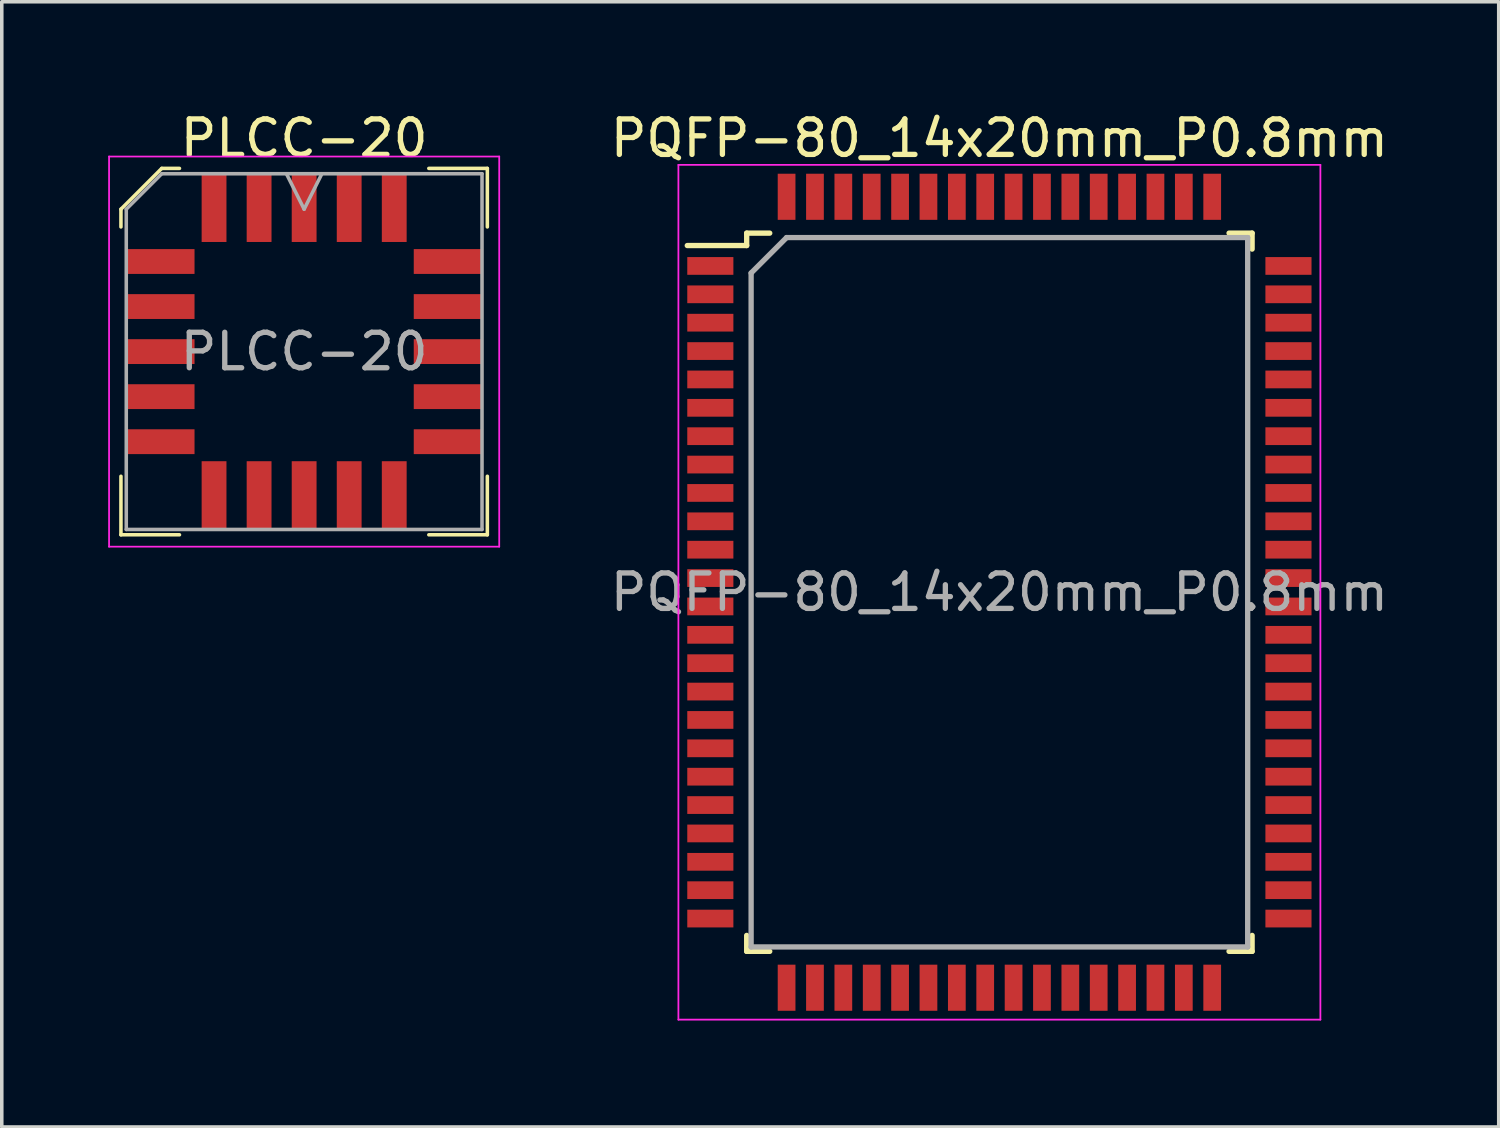
<source format=kicad_pcb>
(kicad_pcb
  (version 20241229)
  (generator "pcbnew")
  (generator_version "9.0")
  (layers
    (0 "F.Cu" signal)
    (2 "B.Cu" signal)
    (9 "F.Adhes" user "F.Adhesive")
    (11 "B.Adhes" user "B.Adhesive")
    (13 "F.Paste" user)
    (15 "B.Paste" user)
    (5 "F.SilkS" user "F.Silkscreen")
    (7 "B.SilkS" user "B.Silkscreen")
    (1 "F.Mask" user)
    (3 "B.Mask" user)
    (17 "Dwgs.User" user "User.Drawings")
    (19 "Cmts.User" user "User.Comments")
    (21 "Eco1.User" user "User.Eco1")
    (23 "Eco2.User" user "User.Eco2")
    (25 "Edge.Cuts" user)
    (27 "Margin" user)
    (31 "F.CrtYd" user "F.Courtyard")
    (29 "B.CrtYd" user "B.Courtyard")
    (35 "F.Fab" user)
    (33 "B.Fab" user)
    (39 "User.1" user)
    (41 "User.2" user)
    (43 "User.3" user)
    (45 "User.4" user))
  (footprint "PLCC-20"
    (layer "F.Cu")
    (at 5.525 6.863)
    (property "Reference" "PLCC-20" (at 0 -6.015 0) (layer "F.SilkS") (effects (font (size 1 1) (thickness 0.15))))
    (attr smd)
    (fp_line (start -5.165 -4.015) (end -5.165 -3.515) (stroke (width 0.1) (type solid)) (layer "F.SilkS"))
    (fp_line (start -5.165 5.165) (end -5.165 3.515) (stroke (width 0.1) (type solid)) (layer "F.SilkS"))
    (fp_line (start -4.015 -5.165) (end -5.165 -4.015) (stroke (width 0.1) (type solid)) (layer "F.SilkS"))
    (fp_line (start -3.515 -5.165) (end -4.015 -5.165) (stroke (width 0.1) (type solid)) (layer "F.SilkS"))
    (fp_line (start -3.515 5.165) (end -5.165 5.165) (stroke (width 0.1) (type solid)) (layer "F.SilkS"))
    (fp_line (start 3.515 -5.165) (end 5.165 -5.165) (stroke (width 0.1) (type solid)) (layer "F.SilkS"))
    (fp_line (start 3.515 5.165) (end 5.165 5.165) (stroke (width 0.1) (type solid)) (layer "F.SilkS"))
    (fp_line (start 5.165 -5.165) (end 5.165 -3.515) (stroke (width 0.1) (type solid)) (layer "F.SilkS"))
    (fp_line (start 5.165 5.165) (end 5.165 3.515) (stroke (width 0.1) (type solid)) (layer "F.SilkS"))
    (fp_line (start -5.5 -5.5) (end -5.5 5.5) (stroke (width 0.05) (type solid)) (layer "F.CrtYd"))
    (fp_line (start -5.5 5.5) (end 5.5 5.5) (stroke (width 0.05) (type solid)) (layer "F.CrtYd"))
    (fp_line (start 5.5 -5.5) (end -5.5 -5.5) (stroke (width 0.05) (type solid)) (layer "F.CrtYd"))
    (fp_line (start 5.5 5.5) (end 5.5 -5.5) (stroke (width 0.05) (type solid)) (layer "F.CrtYd"))
    (fp_line (start -5.015 -4.015) (end -5.015 5.015) (stroke (width 0.1) (type solid)) (layer "F.Fab"))
    (fp_line (start -5.015 5.015) (end 5.015 5.015) (stroke (width 0.1) (type solid)) (layer "F.Fab"))
    (fp_line (start -4.015 -5.015) (end -5.015 -4.015) (stroke (width 0.1) (type solid)) (layer "F.Fab"))
    (fp_line (start -0.5 -5.015) (end 0 -4.015) (stroke (width 0.1) (type solid)) (layer "F.Fab"))
    (fp_line (start 0 -4.015) (end 0.5 -5.015) (stroke (width 0.1) (type solid)) (layer "F.Fab"))
    (fp_line (start 5.015 -5.015) (end -4.015 -5.015) (stroke (width 0.1) (type solid)) (layer "F.Fab"))
    (fp_line (start 5.015 5.015) (end 5.015 -5.015) (stroke (width 0.1) (type solid)) (layer "F.Fab"))
    (fp_text user "${REFERENCE}" (at 0 0 0) (layer "F.Fab") (effects (font (size 1 1) (thickness 0.15))))
    (pad "1" smd rect (at 0 -4.053) (size 0.7 1.925) (layers "F.Cu" "F.Mask" "F.Paste"))
    (pad "2" smd rect (at -1.27 -4.053) (size 0.7 1.925) (layers "F.Cu" "F.Mask" "F.Paste"))
    (pad "3" smd rect (at -2.54 -4.053) (size 0.7 1.925) (layers "F.Cu" "F.Mask" "F.Paste"))
    (pad "4" smd rect (at -4.053 -2.54) (size 1.925 0.7) (layers "F.Cu" "F.Mask" "F.Paste"))
    (pad "5" smd rect (at -4.053 -1.27) (size 1.925 0.7) (layers "F.Cu" "F.Mask" "F.Paste"))
    (pad "6" smd rect (at -4.053 0) (size 1.925 0.7) (layers "F.Cu" "F.Mask" "F.Paste"))
    (pad "7" smd rect (at -4.053 1.27) (size 1.925 0.7) (layers "F.Cu" "F.Mask" "F.Paste"))
    (pad "8" smd rect (at -4.053 2.54) (size 1.925 0.7) (layers "F.Cu" "F.Mask" "F.Paste"))
    (pad "9" smd rect (at -2.54 4.053) (size 0.7 1.925) (layers "F.Cu" "F.Mask" "F.Paste"))
    (pad "10" smd rect (at -1.27 4.053) (size 0.7 1.925) (layers "F.Cu" "F.Mask" "F.Paste"))
    (pad "11" smd rect (at 0 4.053) (size 0.7 1.925) (layers "F.Cu" "F.Mask" "F.Paste"))
    (pad "12" smd rect (at 1.27 4.053) (size 0.7 1.925) (layers "F.Cu" "F.Mask" "F.Paste"))
    (pad "13" smd rect (at 2.54 4.053) (size 0.7 1.925) (layers "F.Cu" "F.Mask" "F.Paste"))
    (pad "14" smd rect (at 4.053 2.54) (size 1.925 0.7) (layers "F.Cu" "F.Mask" "F.Paste"))
    (pad "15" smd rect (at 4.053 1.27) (size 1.925 0.7) (layers "F.Cu" "F.Mask" "F.Paste"))
    (pad "16" smd rect (at 4.053 0) (size 1.925 0.7) (layers "F.Cu" "F.Mask" "F.Paste"))
    (pad "17" smd rect (at 4.053 -1.27) (size 1.925 0.7) (layers "F.Cu" "F.Mask" "F.Paste"))
    (pad "18" smd rect (at 4.053 -2.54) (size 1.925 0.7) (layers "F.Cu" "F.Mask" "F.Paste"))
    (pad "19" smd rect (at 2.54 -4.053) (size 0.7 1.925) (layers "F.Cu" "F.Mask" "F.Paste"))
    (pad "20" smd rect (at 1.27 -4.053) (size 0.7 1.925) (layers "F.Cu" "F.Mask" "F.Paste")))
  (footprint "PQFP-80_14x20mm_P0.8mm"
    (layer "F.Cu")
    (at 25.127 13.648)
    (property "Reference" "PQFP-80_14x20mm_P0.8mm" (at 0 -12.8 0) (layer "F.SilkS") (effects (font (size 1 1) (thickness 0.15))))
    (attr smd)
    (fp_line (start -7.125 -10.125) (end -7.125 -9.775) (stroke (width 0.15) (type solid)) (layer "F.SilkS"))
    (fp_line (start -7.125 -10.125) (end -6.475 -10.125) (stroke (width 0.15) (type solid)) (layer "F.SilkS"))
    (fp_line (start -7.125 -9.775) (end -8.8 -9.775) (stroke (width 0.15) (type solid)) (layer "F.SilkS"))
    (fp_line (start -7.125 10.125) (end -7.125 9.675) (stroke (width 0.15) (type solid)) (layer "F.SilkS"))
    (fp_line (start -7.125 10.125) (end -6.475 10.125) (stroke (width 0.15) (type solid)) (layer "F.SilkS"))
    (fp_line (start 7.125 -10.125) (end 6.475 -10.125) (stroke (width 0.15) (type solid)) (layer "F.SilkS"))
    (fp_line (start 7.125 -10.125) (end 7.125 -9.675) (stroke (width 0.15) (type solid)) (layer "F.SilkS"))
    (fp_line (start 7.125 10.125) (end 6.475 10.125) (stroke (width 0.15) (type solid)) (layer "F.SilkS"))
    (fp_line (start 7.125 10.125) (end 7.125 9.675) (stroke (width 0.15) (type solid)) (layer "F.SilkS"))
    (fp_line (start -9.05 -12.05) (end -9.05 12.05) (stroke (width 0.05) (type solid)) (layer "F.CrtYd"))
    (fp_line (start -9.05 -12.05) (end 9.05 -12.05) (stroke (width 0.05) (type solid)) (layer "F.CrtYd"))
    (fp_line (start -9.05 12.05) (end 9.05 12.05) (stroke (width 0.05) (type solid)) (layer "F.CrtYd"))
    (fp_line (start 9.05 -12.05) (end 9.05 12.05) (stroke (width 0.05) (type solid)) (layer "F.CrtYd"))
    (fp_line (start -7 -9) (end -6 -10) (stroke (width 0.15) (type solid)) (layer "F.Fab"))
    (fp_line (start -7 10) (end -7 -9) (stroke (width 0.15) (type solid)) (layer "F.Fab"))
    (fp_line (start -6 -10) (end 7 -10) (stroke (width 0.15) (type solid)) (layer "F.Fab"))
    (fp_line (start 7 -10) (end 7 10) (stroke (width 0.15) (type solid)) (layer "F.Fab"))
    (fp_line (start 7 10) (end -7 10) (stroke (width 0.15) (type solid)) (layer "F.Fab"))
    (fp_text user "${REFERENCE}" (at 0 0 0) (layer "F.Fab") (effects (font (size 1 1) (thickness 0.15))))
    (pad "1" smd rect (at -8.15 -9.2) (size 1.3 0.5) (layers "F.Cu" "F.Mask" "F.Paste"))
    (pad "2" smd rect (at -8.15 -8.4) (size 1.3 0.5) (layers "F.Cu" "F.Mask" "F.Paste"))
    (pad "3" smd rect (at -8.15 -7.6) (size 1.3 0.5) (layers "F.Cu" "F.Mask" "F.Paste"))
    (pad "4" smd rect (at -8.15 -6.8) (size 1.3 0.5) (layers "F.Cu" "F.Mask" "F.Paste"))
    (pad "5" smd rect (at -8.15 -6) (size 1.3 0.5) (layers "F.Cu" "F.Mask" "F.Paste"))
    (pad "6" smd rect (at -8.15 -5.2) (size 1.3 0.5) (layers "F.Cu" "F.Mask" "F.Paste"))
    (pad "7" smd rect (at -8.15 -4.4) (size 1.3 0.5) (layers "F.Cu" "F.Mask" "F.Paste"))
    (pad "8" smd rect (at -8.15 -3.6) (size 1.3 0.5) (layers "F.Cu" "F.Mask" "F.Paste"))
    (pad "9" smd rect (at -8.15 -2.8) (size 1.3 0.5) (layers "F.Cu" "F.Mask" "F.Paste"))
    (pad "10" smd rect (at -8.15 -2) (size 1.3 0.5) (layers "F.Cu" "F.Mask" "F.Paste"))
    (pad "11" smd rect (at -8.15 -1.2) (size 1.3 0.5) (layers "F.Cu" "F.Mask" "F.Paste"))
    (pad "12" smd rect (at -8.15 -0.4) (size 1.3 0.5) (layers "F.Cu" "F.Mask" "F.Paste"))
    (pad "13" smd rect (at -8.15 0.4) (size 1.3 0.5) (layers "F.Cu" "F.Mask" "F.Paste"))
    (pad "14" smd rect (at -8.15 1.2) (size 1.3 0.5) (layers "F.Cu" "F.Mask" "F.Paste"))
    (pad "15" smd rect (at -8.15 2) (size 1.3 0.5) (layers "F.Cu" "F.Mask" "F.Paste"))
    (pad "16" smd rect (at -8.15 2.8) (size 1.3 0.5) (layers "F.Cu" "F.Mask" "F.Paste"))
    (pad "17" smd rect (at -8.15 3.6) (size 1.3 0.5) (layers "F.Cu" "F.Mask" "F.Paste"))
    (pad "18" smd rect (at -8.15 4.4) (size 1.3 0.5) (layers "F.Cu" "F.Mask" "F.Paste"))
    (pad "19" smd rect (at -8.15 5.2) (size 1.3 0.5) (layers "F.Cu" "F.Mask" "F.Paste"))
    (pad "20" smd rect (at -8.15 6) (size 1.3 0.5) (layers "F.Cu" "F.Mask" "F.Paste"))
    (pad "21" smd rect (at -8.15 6.8) (size 1.3 0.5) (layers "F.Cu" "F.Mask" "F.Paste"))
    (pad "22" smd rect (at -8.15 7.6) (size 1.3 0.5) (layers "F.Cu" "F.Mask" "F.Paste"))
    (pad "23" smd rect (at -8.15 8.4) (size 1.3 0.5) (layers "F.Cu" "F.Mask" "F.Paste"))
    (pad "24" smd rect (at -8.15 9.2) (size 1.3 0.5) (layers "F.Cu" "F.Mask" "F.Paste"))
    (pad "25" smd rect (at -6 11.15 90) (size 1.3 0.5) (layers "F.Cu" "F.Mask" "F.Paste"))
    (pad "26" smd rect (at -5.2 11.15 90) (size 1.3 0.5) (layers "F.Cu" "F.Mask" "F.Paste"))
    (pad "27" smd rect (at -4.4 11.15 90) (size 1.3 0.5) (layers "F.Cu" "F.Mask" "F.Paste"))
    (pad "28" smd rect (at -3.6 11.15 90) (size 1.3 0.5) (layers "F.Cu" "F.Mask" "F.Paste"))
    (pad "29" smd rect (at -2.8 11.15 90) (size 1.3 0.5) (layers "F.Cu" "F.Mask" "F.Paste"))
    (pad "30" smd rect (at -2 11.15 90) (size 1.3 0.5) (layers "F.Cu" "F.Mask" "F.Paste"))
    (pad "31" smd rect (at -1.2 11.15 90) (size 1.3 0.5) (layers "F.Cu" "F.Mask" "F.Paste"))
    (pad "32" smd rect (at -0.4 11.15 90) (size 1.3 0.5) (layers "F.Cu" "F.Mask" "F.Paste"))
    (pad "33" smd rect (at 0.4 11.15 90) (size 1.3 0.5) (layers "F.Cu" "F.Mask" "F.Paste"))
    (pad "34" smd rect (at 1.2 11.15 90) (size 1.3 0.5) (layers "F.Cu" "F.Mask" "F.Paste"))
    (pad "35" smd rect (at 2 11.15 90) (size 1.3 0.5) (layers "F.Cu" "F.Mask" "F.Paste"))
    (pad "36" smd rect (at 2.8 11.15 90) (size 1.3 0.5) (layers "F.Cu" "F.Mask" "F.Paste"))
    (pad "37" smd rect (at 3.6 11.15 90) (size 1.3 0.5) (layers "F.Cu" "F.Mask" "F.Paste"))
    (pad "38" smd rect (at 4.4 11.15 90) (size 1.3 0.5) (layers "F.Cu" "F.Mask" "F.Paste"))
    (pad "39" smd rect (at 5.2 11.15 90) (size 1.3 0.5) (layers "F.Cu" "F.Mask" "F.Paste"))
    (pad "40" smd rect (at 6 11.15 90) (size 1.3 0.5) (layers "F.Cu" "F.Mask" "F.Paste"))
    (pad "41" smd rect (at 8.15 9.2) (size 1.3 0.5) (layers "F.Cu" "F.Mask" "F.Paste"))
    (pad "42" smd rect (at 8.15 8.4) (size 1.3 0.5) (layers "F.Cu" "F.Mask" "F.Paste"))
    (pad "43" smd rect (at 8.15 7.6) (size 1.3 0.5) (layers "F.Cu" "F.Mask" "F.Paste"))
    (pad "44" smd rect (at 8.15 6.8) (size 1.3 0.5) (layers "F.Cu" "F.Mask" "F.Paste"))
    (pad "45" smd rect (at 8.15 6) (size 1.3 0.5) (layers "F.Cu" "F.Mask" "F.Paste"))
    (pad "46" smd rect (at 8.15 5.2) (size 1.3 0.5) (layers "F.Cu" "F.Mask" "F.Paste"))
    (pad "47" smd rect (at 8.15 4.4) (size 1.3 0.5) (layers "F.Cu" "F.Mask" "F.Paste"))
    (pad "48" smd rect (at 8.15 3.6) (size 1.3 0.5) (layers "F.Cu" "F.Mask" "F.Paste"))
    (pad "49" smd rect (at 8.15 2.8) (size 1.3 0.5) (layers "F.Cu" "F.Mask" "F.Paste"))
    (pad "50" smd rect (at 8.15 2) (size 1.3 0.5) (layers "F.Cu" "F.Mask" "F.Paste"))
    (pad "51" smd rect (at 8.15 1.2) (size 1.3 0.5) (layers "F.Cu" "F.Mask" "F.Paste"))
    (pad "52" smd rect (at 8.15 0.4) (size 1.3 0.5) (layers "F.Cu" "F.Mask" "F.Paste"))
    (pad "53" smd rect (at 8.15 -0.4) (size 1.3 0.5) (layers "F.Cu" "F.Mask" "F.Paste"))
    (pad "54" smd rect (at 8.15 -1.2) (size 1.3 0.5) (layers "F.Cu" "F.Mask" "F.Paste"))
    (pad "55" smd rect (at 8.15 -2) (size 1.3 0.5) (layers "F.Cu" "F.Mask" "F.Paste"))
    (pad "56" smd rect (at 8.15 -2.8) (size 1.3 0.5) (layers "F.Cu" "F.Mask" "F.Paste"))
    (pad "57" smd rect (at 8.15 -3.6) (size 1.3 0.5) (layers "F.Cu" "F.Mask" "F.Paste"))
    (pad "58" smd rect (at 8.15 -4.4) (size 1.3 0.5) (layers "F.Cu" "F.Mask" "F.Paste"))
    (pad "59" smd rect (at 8.15 -5.2) (size 1.3 0.5) (layers "F.Cu" "F.Mask" "F.Paste"))
    (pad "60" smd rect (at 8.15 -6) (size 1.3 0.5) (layers "F.Cu" "F.Mask" "F.Paste"))
    (pad "61" smd rect (at 8.15 -6.8) (size 1.3 0.5) (layers "F.Cu" "F.Mask" "F.Paste"))
    (pad "62" smd rect (at 8.15 -7.6) (size 1.3 0.5) (layers "F.Cu" "F.Mask" "F.Paste"))
    (pad "63" smd rect (at 8.15 -8.4) (size 1.3 0.5) (layers "F.Cu" "F.Mask" "F.Paste"))
    (pad "64" smd rect (at 8.15 -9.2) (size 1.3 0.5) (layers "F.Cu" "F.Mask" "F.Paste"))
    (pad "65" smd rect (at 6 -11.15 90) (size 1.3 0.5) (layers "F.Cu" "F.Mask" "F.Paste"))
    (pad "66" smd rect (at 5.2 -11.15 90) (size 1.3 0.5) (layers "F.Cu" "F.Mask" "F.Paste"))
    (pad "67" smd rect (at 4.4 -11.15 90) (size 1.3 0.5) (layers "F.Cu" "F.Mask" "F.Paste"))
    (pad "68" smd rect (at 3.6 -11.15 90) (size 1.3 0.5) (layers "F.Cu" "F.Mask" "F.Paste"))
    (pad "69" smd rect (at 2.8 -11.15 90) (size 1.3 0.5) (layers "F.Cu" "F.Mask" "F.Paste"))
    (pad "70" smd rect (at 2 -11.15 90) (size 1.3 0.5) (layers "F.Cu" "F.Mask" "F.Paste"))
    (pad "71" smd rect (at 1.2 -11.15 90) (size 1.3 0.5) (layers "F.Cu" "F.Mask" "F.Paste"))
    (pad "72" smd rect (at 0.4 -11.15 90) (size 1.3 0.5) (layers "F.Cu" "F.Mask" "F.Paste"))
    (pad "73" smd rect (at -0.4 -11.15 90) (size 1.3 0.5) (layers "F.Cu" "F.Mask" "F.Paste"))
    (pad "74" smd rect (at -1.2 -11.15 90) (size 1.3 0.5) (layers "F.Cu" "F.Mask" "F.Paste"))
    (pad "75" smd rect (at -2 -11.15 90) (size 1.3 0.5) (layers "F.Cu" "F.Mask" "F.Paste"))
    (pad "76" smd rect (at -2.8 -11.15 90) (size 1.3 0.5) (layers "F.Cu" "F.Mask" "F.Paste"))
    (pad "77" smd rect (at -3.6 -11.15 90) (size 1.3 0.5) (layers "F.Cu" "F.Mask" "F.Paste"))
    (pad "78" smd rect (at -4.4 -11.15 90) (size 1.3 0.5) (layers "F.Cu" "F.Mask" "F.Paste"))
    (pad "79" smd rect (at -5.2 -11.15 90) (size 1.3 0.5) (layers "F.Cu" "F.Mask" "F.Paste"))
    (pad "80" smd rect (at -6 -11.15 90) (size 1.3 0.5) (layers "F.Cu" "F.Mask" "F.Paste")))
  (gr_rect
    (start -3 -3)
    (end 39.205 28.723)
    (stroke (width 0.1) (type default))
    (fill no)
    (layer "Edge.Cuts")))
</source>
